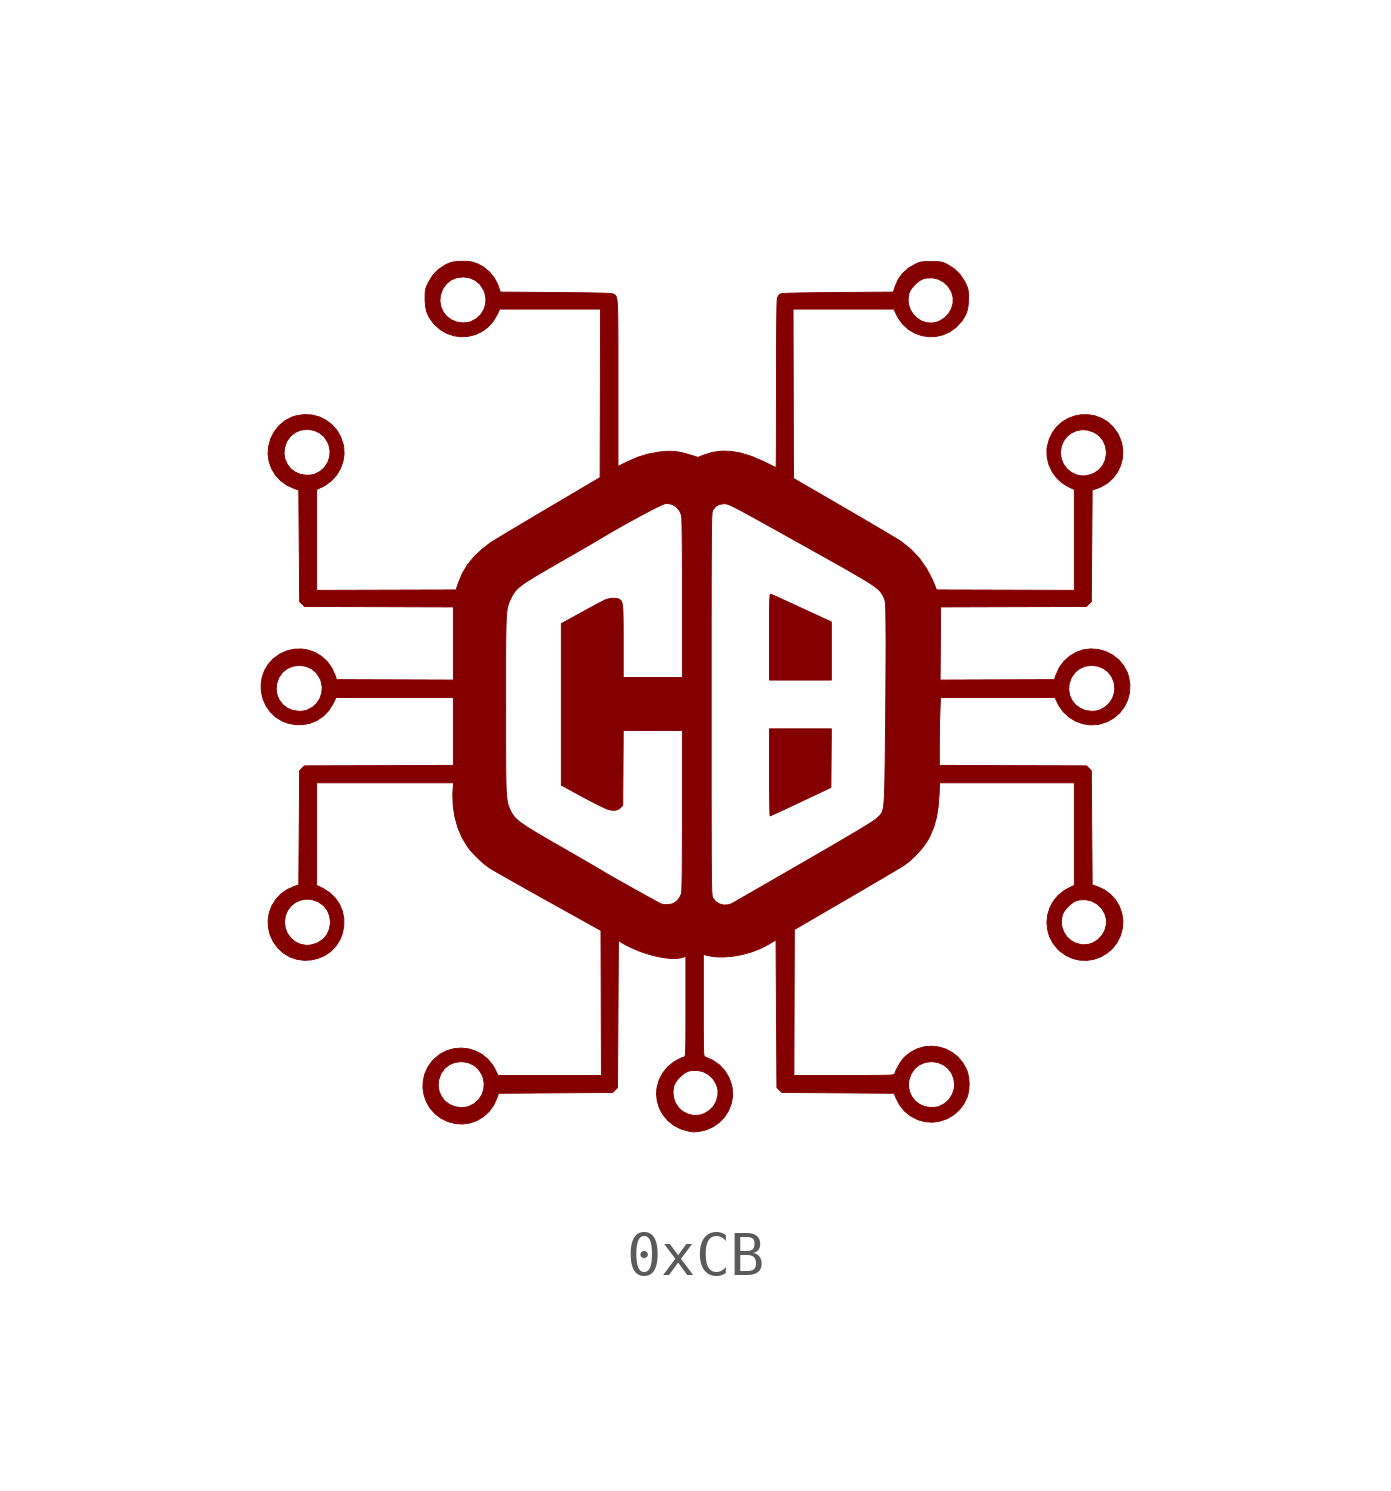
<source format=kicad_sym>
(kicad_symbol_lib
  (version 20210619)
  (generator kicad_symbol_editor)
  (symbol "0xCB:0xCB"
    (pin_names
      (offset 1.016))
    (property "Reference" "#G"
      (at 0 10.668 0)
      (effects (font (size 1.27 1.27)) hide))
    (symbol "0xCB_0_0"
      (polyline (pts (xy 1.716 -2.739) (xy 1.742 -2.727) (xy 1.8 -2.701) (xy 1.885 -2.662) (xy 1.994 -2.612) (xy 2.122 -2.552) (xy 2.265 -2.485) (xy 2.42 -2.412) (xy 3.11 -2.086) (xy 3.115 -1.413) (xy 3.12 -0.74) (xy 1.7 -0.74) (xy 1.7 -1.783) (xy 1.7 -1.977) (xy 1.701 -2.156) (xy 1.703 -2.319) (xy 1.705 -2.46) (xy 1.707 -2.576) (xy 1.709 -2.664) (xy 1.712 -2.72) (xy 1.715 -2.739) (xy 1.716 -2.739)) (stroke (width 0.01)) (fill (type outline)))
      (polyline (pts (xy 3.12 1.714) (xy 2.445 2.026) (xy 2.438 2.029) (xy 2.284 2.1) (xy 2.141 2.166) (xy 2.013 2.225) (xy 1.904 2.275) (xy 1.818 2.314) (xy 1.761 2.34) (xy 1.735 2.351) (xy 1.731 2.352) (xy 1.724 2.351) (xy 1.718 2.341) (xy 1.713 2.321) (xy 1.709 2.286) (xy 1.706 2.234) (xy 1.704 2.161) (xy 1.702 2.064) (xy 1.701 1.94) (xy 1.7 1.785) (xy 1.7 1.597) (xy 1.7 0.38) (xy 3.12 0.38) (xy 3.12 1.714)) (stroke (width 0.01)) (fill (type outline)))
      (polyline (pts (xy 0.041 -9.991) (xy 0.118 -9.979) (xy 0.241 -9.95) (xy 0.403 -9.879) (xy 0.545 -9.78) (xy 0.665 -9.656) (xy 0.758 -9.511) (xy 0.821 -9.352) (xy 0.852 -9.181) (xy 0.845 -9.004) (xy 0.828 -8.915) (xy 0.766 -8.742) (xy 0.67 -8.587) (xy 0.545 -8.455) (xy 0.392 -8.349) (xy 0.215 -8.273) (xy 0.212 -8.271) (xy 0.205 -8.265) (xy 0.199 -8.252) (xy 0.194 -8.23) (xy 0.19 -8.194) (xy 0.187 -8.143) (xy 0.185 -8.073) (xy 0.183 -7.982) (xy 0.182 -7.865) (xy 0.181 -7.72) (xy 0.18 -7.545) (xy 0.18 -7.336) (xy 0.18 -5.917) (xy 0.225 -5.932) (xy 0.278 -5.947) (xy 0.455 -5.976) (xy 0.653 -5.98) (xy 0.863 -5.962) (xy 1.079 -5.923) (xy 1.292 -5.863) (xy 1.495 -5.784) (xy 1.68 -5.688) (xy 1.85 -5.585) (xy 1.86 -7.282) (xy 1.87 -8.943) (xy 4.891 -8.943) (xy 4.901 -8.808) (xy 4.948 -8.673) (xy 4.956 -8.656) (xy 5.039 -8.54) (xy 5.146 -8.454) (xy 5.275 -8.401) (xy 5.42 -8.383) (xy 5.422 -8.383) (xy 5.564 -8.402) (xy 5.691 -8.454) (xy 5.797 -8.536) (xy 5.879 -8.642) (xy 5.931 -8.768) (xy 5.95 -8.91) (xy 5.942 -9.002) (xy 5.899 -9.135) (xy 5.824 -9.252) (xy 5.721 -9.347) (xy 5.594 -9.413) (xy 5.566 -9.421) (xy 5.496 -9.432) (xy 5.42 -9.437) (xy 5.414 -9.437) (xy 5.273 -9.418) (xy 5.15 -9.366) (xy 5.046 -9.288) (xy 4.967 -9.188) (xy 4.914 -9.071) (xy 4.891 -8.943) (xy 1.87 -8.943) (xy 1.87 -8.979) (xy 1.925 -9.034) (xy 1.981 -9.09) (xy 4.562 -9.11) (xy 4.608 -9.223) (xy 4.688 -9.377) (xy 4.803 -9.52) (xy 4.946 -9.635) (xy 5.114 -9.719) (xy 5.274 -9.763) (xy 5.448 -9.774) (xy 5.618 -9.749) (xy 5.78 -9.693) (xy 5.928 -9.605) (xy 6.058 -9.49) (xy 6.165 -9.349) (xy 6.243 -9.185) (xy 6.248 -9.172) (xy 6.276 -9.04) (xy 6.285 -8.892) (xy 6.274 -8.745) (xy 6.243 -8.615) (xy 6.222 -8.562) (xy 6.136 -8.405) (xy 6.024 -8.274) (xy 5.892 -8.169) (xy 5.744 -8.093) (xy 5.585 -8.045) (xy 5.421 -8.028) (xy 5.256 -8.041) (xy 5.094 -8.088) (xy 4.941 -8.167) (xy 4.801 -8.281) (xy 4.749 -8.341) (xy 4.679 -8.444) (xy 4.617 -8.557) (xy 4.573 -8.665) (xy 4.572 -8.667) (xy 4.566 -8.674) (xy 4.554 -8.68) (xy 4.533 -8.685) (xy 4.499 -8.689) (xy 4.449 -8.693) (xy 4.381 -8.695) (xy 4.291 -8.697) (xy 4.177 -8.698) (xy 4.035 -8.699) (xy 3.861 -8.7) (xy 3.654 -8.7) (xy 3.41 -8.7) (xy 2.26 -8.7) (xy 2.265 -7.025) (xy 2.27 -5.35) (xy 3.472 -4.65) (xy 3.591 -4.581) (xy 3.792 -4.464) (xy 3.982 -4.352) (xy 4.161 -4.247) (xy 4.324 -4.152) (xy 4.468 -4.067) (xy 4.59 -3.994) (xy 4.686 -3.937) (xy 4.755 -3.895) (xy 4.792 -3.872) (xy 4.793 -3.871) (xy 4.907 -3.785) (xy 5.027 -3.675) (xy 5.145 -3.551) (xy 5.248 -3.426) (xy 5.327 -3.309) (xy 5.389 -3.194) (xy 5.472 -2.995) (xy 5.532 -2.778) (xy 5.572 -2.537) (xy 5.594 -2.265) (xy 5.606 -1.98) (xy 8.7 -1.98) (xy 8.7 -4.334) (xy 8.553 -4.406) (xy 8.46 -4.46) (xy 8.324 -4.571) (xy 8.217 -4.703) (xy 8.138 -4.851) (xy 8.089 -5.011) (xy 8.074 -5.152) (xy 8.402 -5.152) (xy 8.424 -5.012) (xy 8.425 -5.011) (xy 8.461 -4.937) (xy 8.523 -4.857) (xy 8.599 -4.781) (xy 8.679 -4.72) (xy 8.752 -4.684) (xy 8.823 -4.668) (xy 8.965 -4.664) (xy 9.1 -4.695) (xy 9.22 -4.76) (xy 9.322 -4.856) (xy 9.398 -4.98) (xy 9.403 -4.99) (xy 9.437 -5.117) (xy 9.434 -5.247) (xy 9.399 -5.373) (xy 9.333 -5.488) (xy 9.239 -5.585) (xy 9.12 -5.658) (xy 9.032 -5.687) (xy 8.92 -5.699) (xy 8.874 -5.697) (xy 8.742 -5.667) (xy 8.626 -5.606) (xy 8.53 -5.519) (xy 8.459 -5.411) (xy 8.414 -5.287) (xy 8.402 -5.152) (xy 8.074 -5.152) (xy 8.071 -5.178) (xy 8.085 -5.345) (xy 8.13 -5.508) (xy 8.21 -5.662) (xy 8.323 -5.801) (xy 8.369 -5.844) (xy 8.514 -5.947) (xy 8.67 -6.017) (xy 8.832 -6.053) (xy 8.995 -6.057) (xy 9.155 -6.031) (xy 9.308 -5.976) (xy 9.449 -5.894) (xy 9.574 -5.786) (xy 9.677 -5.653) (xy 9.755 -5.498) (xy 9.804 -5.321) (xy 9.816 -5.159) (xy 9.793 -4.986) (xy 9.737 -4.822) (xy 9.649 -4.672) (xy 9.533 -4.543) (xy 9.392 -4.438) (xy 9.228 -4.363) (xy 9.11 -4.323) (xy 9.09 -1.701) (xy 9.034 -1.645) (xy 8.979 -1.59) (xy 7.29 -1.585) (xy 5.6 -1.579) (xy 5.6 -1.145) (xy 5.601 -1.001) (xy 5.603 -0.83) (xy 5.605 -0.658) (xy 5.609 -0.498) (xy 5.613 -0.365) (xy 5.626 -0.02) (xy 6.941 -0.02) (xy 8.256 -0.02) (xy 8.317 -0.149) (xy 8.348 -0.209) (xy 8.451 -0.352) (xy 8.58 -0.471) (xy 8.729 -0.563) (xy 8.893 -0.623) (xy 9.065 -0.65) (xy 9.24 -0.64) (xy 9.288 -0.631) (xy 9.462 -0.573) (xy 9.615 -0.485) (xy 9.745 -0.37) (xy 9.849 -0.233) (xy 9.924 -0.078) (xy 9.968 0.09) (xy 9.977 0.268) (xy 9.949 0.451) (xy 9.918 0.548) (xy 9.835 0.706) (xy 9.723 0.842) (xy 9.584 0.952) (xy 9.422 1.034) (xy 9.242 1.084) (xy 9.073 1.096) (xy 8.899 1.073) (xy 8.736 1.014) (xy 8.587 0.924) (xy 8.458 0.805) (xy 8.353 0.66) (xy 8.277 0.49) (xy 8.243 0.39) (xy 5.618 0.38) (xy 5.624 1.22) (xy 5.63 2.059) (xy 7.304 2.065) (xy 8.979 2.07) (xy 9.034 2.126) (xy 9.09 2.181) (xy 9.11 4.743) (xy 9.228 4.783) (xy 9.318 4.819) (xy 9.469 4.91) (xy 9.596 5.027) (xy 9.695 5.164) (xy 9.766 5.318) (xy 9.807 5.484) (xy 9.814 5.655) (xy 9.786 5.827) (xy 9.722 5.996) (xy 9.691 6.052) (xy 9.586 6.196) (xy 9.462 6.31) (xy 9.323 6.393) (xy 9.173 6.448) (xy 9.018 6.474) (xy 8.861 6.473) (xy 8.707 6.444) (xy 8.56 6.389) (xy 8.424 6.308) (xy 8.303 6.202) (xy 8.203 6.071) (xy 8.127 5.917) (xy 8.079 5.74) (xy 8.071 5.674) (xy 8.073 5.608) (xy 8.382 5.608) (xy 8.401 5.746) (xy 8.453 5.87) (xy 8.531 5.973) (xy 8.632 6.053) (xy 8.749 6.106) (xy 8.878 6.129) (xy 9.012 6.119) (xy 9.147 6.072) (xy 9.164 6.064) (xy 9.28 5.981) (xy 9.365 5.873) (xy 9.419 5.745) (xy 9.437 5.6) (xy 9.437 5.579) (xy 9.413 5.438) (xy 9.357 5.313) (xy 9.27 5.209) (xy 9.156 5.132) (xy 9.11 5.112) (xy 9.024 5.085) (xy 8.949 5.07) (xy 8.874 5.068) (xy 8.743 5.094) (xy 8.625 5.151) (xy 8.524 5.237) (xy 8.447 5.344) (xy 8.398 5.47) (xy 8.382 5.608) (xy 8.073 5.608) (xy 8.075 5.5) (xy 8.116 5.33) (xy 8.188 5.171) (xy 8.29 5.029) (xy 8.419 4.909) (xy 8.57 4.817) (xy 8.7 4.756) (xy 8.7 2.44) (xy 5.536 2.45) (xy 5.471 2.612) (xy 5.443 2.678) (xy 5.309 2.936) (xy 5.144 3.171) (xy 4.95 3.378) (xy 4.73 3.556) (xy 4.716 3.566) (xy 4.663 3.599) (xy 4.58 3.65) (xy 4.47 3.715) (xy 4.337 3.795) (xy 4.183 3.885) (xy 4.012 3.986) (xy 3.828 4.094) (xy 3.633 4.208) (xy 3.43 4.326) (xy 2.25 5.011) (xy 2.245 6.955) (xy 2.24 8.9) (xy 4.556 8.9) (xy 4.617 8.77) (xy 4.661 8.687) (xy 4.768 8.544) (xy 4.895 8.43) (xy 5.039 8.346) (xy 5.195 8.29) (xy 5.358 8.265) (xy 5.523 8.271) (xy 5.684 8.308) (xy 5.839 8.376) (xy 5.98 8.477) (xy 6.105 8.611) (xy 6.135 8.652) (xy 6.199 8.759) (xy 6.241 8.868) (xy 6.263 8.991) (xy 6.269 9.14) (xy 6.269 9.168) (xy 6.268 9.256) (xy 6.263 9.321) (xy 6.251 9.375) (xy 6.23 9.431) (xy 6.198 9.501) (xy 6.179 9.538) (xy 6.074 9.696) (xy 5.942 9.825) (xy 5.785 9.924) (xy 5.741 9.945) (xy 5.69 9.966) (xy 5.643 9.979) (xy 5.587 9.987) (xy 5.513 9.989) (xy 5.41 9.99) (xy 5.337 9.99) (xy 5.254 9.988) (xy 5.194 9.982) (xy 5.145 9.972) (xy 5.097 9.953) (xy 5.04 9.926) (xy 4.886 9.835) (xy 4.753 9.715) (xy 4.651 9.572) (xy 4.58 9.405) (xy 4.545 9.29) (xy 3.267 9.28) (xy 3.068 9.278) (xy 2.819 9.276) (xy 2.606 9.273) (xy 2.426 9.271) (xy 2.279 9.267) (xy 2.162 9.264) (xy 2.072 9.26) (xy 2.008 9.256) (xy 1.967 9.251) (xy 1.947 9.245) (xy 1.947 9.245) (xy 1.91 9.21) (xy 1.882 9.158) (xy 1.879 9.142) (xy 1.878 9.131) (xy 4.882 9.131) (xy 4.904 9.268) (xy 4.905 9.269) (xy 4.941 9.343) (xy 5.003 9.423) (xy 5.079 9.499) (xy 5.159 9.56) (xy 5.232 9.596) (xy 5.303 9.612) (xy 5.445 9.616) (xy 5.58 9.585) (xy 5.7 9.52) (xy 5.802 9.424) (xy 5.878 9.3) (xy 5.883 9.29) (xy 5.917 9.162) (xy 5.915 9.033) (xy 5.879 8.907) (xy 5.813 8.792) (xy 5.719 8.695) (xy 5.6 8.622) (xy 5.563 8.606) (xy 5.435 8.579) (xy 5.31 8.586) (xy 5.194 8.624) (xy 5.09 8.688) (xy 5.002 8.775) (xy 4.935 8.881) (xy 4.894 9.001) (xy 4.882 9.131) (xy 1.878 9.131) (xy 1.875 9.095) (xy 1.872 9.018) (xy 1.869 8.909) (xy 1.867 8.768) (xy 1.865 8.593) (xy 1.863 8.383) (xy 1.862 8.138) (xy 1.861 7.856) (xy 1.86 7.536) (xy 1.86 7.177) (xy 1.86 7.073) (xy 1.86 6.804) (xy 1.859 6.548) (xy 1.859 6.307) (xy 1.858 6.084) (xy 1.858 5.882) (xy 1.857 5.703) (xy 1.856 5.551) (xy 1.855 5.428) (xy 1.854 5.336) (xy 1.853 5.28) (xy 1.851 5.26) (xy 1.85 5.26) (xy 1.823 5.272) (xy 1.769 5.298) (xy 1.695 5.334) (xy 1.606 5.378) (xy 1.54 5.41) (xy 1.282 5.519) (xy 1.04 5.593) (xy 0.812 5.633) (xy 0.594 5.638) (xy 0.386 5.608) (xy 0.184 5.545) (xy 0.057 5.494) (xy -0.115 5.548) (xy -0.257 5.589) (xy -0.391 5.618) (xy -0.515 5.633) (xy -0.64 5.634) (xy -0.781 5.623) (xy -0.836 5.616) (xy -1.087 5.57) (xy -1.325 5.497) (xy -1.565 5.393) (xy -1.78 5.287) (xy -1.78 7.499) (xy -1.78 7.79) (xy -1.78 8.045) (xy -1.781 8.268) (xy -1.782 8.46) (xy -1.783 8.623) (xy -1.785 8.761) (xy -1.788 8.875) (xy -1.792 8.968) (xy -1.796 9.042) (xy -1.802 9.1) (xy -1.809 9.143) (xy -1.818 9.175) (xy -1.828 9.198) (xy -1.839 9.214) (xy -1.853 9.226) (xy -1.868 9.235) (xy -1.885 9.245) (xy -1.887 9.245) (xy -1.907 9.251) (xy -1.946 9.255) (xy -2.006 9.26) (xy -2.089 9.264) (xy -2.197 9.267) (xy -2.333 9.27) (xy -2.5 9.273) (xy -2.699 9.275) (xy -2.934 9.278) (xy -3.206 9.28) (xy -4.482 9.29) (xy -4.527 9.422) (xy -4.543 9.467) (xy -4.625 9.62) (xy -4.735 9.755) (xy -4.866 9.862) (xy -4.889 9.877) (xy -5.005 9.939) (xy -5.12 9.978) (xy -5.247 9.996) (xy -5.398 9.996) (xy -5.429 9.995) (xy -5.519 9.988) (xy -5.589 9.976) (xy -5.653 9.955) (xy -5.725 9.923) (xy -5.763 9.904) (xy -5.913 9.8) (xy -6.039 9.665) (xy -6.138 9.501) (xy -6.147 9.481) (xy -6.177 9.415) (xy -6.195 9.361) (xy -6.205 9.306) (xy -6.209 9.237) (xy -6.21 9.14) (xy -6.209 9.092) (xy -6.208 9.077) (xy -5.869 9.077) (xy -5.859 9.212) (xy -5.812 9.347) (xy -5.804 9.364) (xy -5.721 9.48) (xy -5.614 9.566) (xy -5.485 9.619) (xy -5.34 9.637) (xy -5.321 9.637) (xy -5.178 9.614) (xy -5.052 9.556) (xy -4.947 9.467) (xy -4.868 9.347) (xy -4.839 9.278) (xy -4.812 9.141) (xy -4.821 9.006) (xy -4.863 8.879) (xy -4.936 8.766) (xy -5.038 8.673) (xy -5.166 8.607) (xy -5.194 8.599) (xy -5.264 8.588) (xy -5.34 8.583) (xy -5.346 8.583) (xy -5.487 8.602) (xy -5.61 8.654) (xy -5.714 8.732) (xy -5.793 8.832) (xy -5.846 8.949) (xy -5.869 9.077) (xy -6.208 9.077) (xy -6.197 8.946) (xy -6.167 8.822) (xy -6.115 8.711) (xy -6.038 8.6) (xy -5.989 8.542) (xy -5.854 8.424) (xy -5.705 8.339) (xy -5.545 8.286) (xy -5.381 8.264) (xy -5.216 8.274) (xy -5.056 8.314) (xy -4.905 8.384) (xy -4.768 8.484) (xy -4.651 8.613) (xy -4.557 8.77) (xy -4.496 8.9) (xy -2.18 8.9) (xy -2.185 6.965) (xy -2.19 5.031) (xy -3.394 4.32) (xy -3.516 4.248) (xy -3.716 4.129) (xy -3.907 4.016) (xy -4.086 3.909) (xy -4.249 3.812) (xy -4.393 3.725) (xy -4.515 3.651) (xy -4.612 3.592) (xy -4.681 3.549) (xy -4.719 3.524) (xy -4.891 3.393) (xy -5.079 3.217) (xy -5.232 3.03) (xy -5.353 2.829) (xy -5.444 2.61) (xy -5.498 2.45) (xy -7.099 2.445) (xy -8.7 2.44) (xy -8.7 3.598) (xy -8.7 4.756) (xy -8.571 4.817) (xy -8.511 4.848) (xy -8.368 4.951) (xy -8.249 5.08) (xy -8.157 5.229) (xy -8.097 5.393) (xy -8.07 5.565) (xy -8.079 5.74) (xy -8.089 5.788) (xy -8.147 5.962) (xy -8.235 6.115) (xy -8.35 6.245) (xy -8.487 6.349) (xy -8.642 6.425) (xy -8.81 6.468) (xy -8.988 6.477) (xy -9.171 6.449) (xy -9.268 6.418) (xy -9.425 6.336) (xy -9.562 6.223) (xy -9.672 6.084) (xy -9.754 5.922) (xy -9.804 5.742) (xy -9.816 5.577) (xy -9.449 5.577) (xy -9.439 5.712) (xy -9.392 5.847) (xy -9.384 5.864) (xy -9.301 5.98) (xy -9.194 6.066) (xy -9.065 6.119) (xy -8.92 6.137) (xy -8.901 6.137) (xy -8.758 6.114) (xy -8.632 6.056) (xy -8.527 5.967) (xy -8.448 5.847) (xy -8.419 5.779) (xy -8.392 5.641) (xy -8.4 5.506) (xy -8.443 5.379) (xy -8.516 5.266) (xy -8.618 5.173) (xy -8.746 5.107) (xy -8.774 5.099) (xy -8.844 5.088) (xy -8.92 5.083) (xy -8.926 5.083) (xy -9.067 5.102) (xy -9.19 5.154) (xy -9.294 5.232) (xy -9.373 5.332) (xy -9.426 5.449) (xy -9.449 5.577) (xy -9.816 5.577) (xy -9.816 5.573) (xy -9.792 5.399) (xy -9.734 5.236) (xy -9.644 5.087) (xy -9.525 4.958) (xy -9.38 4.853) (xy -9.21 4.777) (xy -9.11 4.743) (xy -9.1 3.462) (xy -9.09 2.181) (xy -9.035 2.126) (xy -8.979 2.07) (xy -7.27 2.065) (xy -5.56 2.059) (xy -5.56 1.22) (xy -5.56 0.38) (xy -8.243 0.39) (xy -8.277 0.49) (xy -8.277 0.491) (xy -8.354 0.66) (xy -8.457 0.804) (xy -8.583 0.92) (xy -8.726 1.008) (xy -8.882 1.067) (xy -9.046 1.094) (xy -9.214 1.089) (xy -9.381 1.051) (xy -9.542 0.979) (xy -9.693 0.87) (xy -9.695 0.869) (xy -9.813 0.739) (xy -9.899 0.592) (xy -9.953 0.434) (xy -9.976 0.27) (xy -9.971 0.157) (xy -9.629 0.157) (xy -9.619 0.292) (xy -9.572 0.427) (xy -9.564 0.444) (xy -9.481 0.56) (xy -9.373 0.645) (xy -9.245 0.699) (xy -9.1 0.717) (xy -9.081 0.717) (xy -8.938 0.694) (xy -8.812 0.636) (xy -8.707 0.547) (xy -8.628 0.427) (xy -8.599 0.358) (xy -8.572 0.221) (xy -8.581 0.086) (xy -8.623 -0.041) (xy -8.696 -0.154) (xy -8.798 -0.247) (xy -8.926 -0.313) (xy -8.954 -0.321) (xy -9.024 -0.333) (xy -9.1 -0.337) (xy -9.106 -0.337) (xy -9.247 -0.318) (xy -9.37 -0.266) (xy -9.474 -0.188) (xy -9.553 -0.088) (xy -9.606 0.029) (xy -9.629 0.157) (xy -9.971 0.157) (xy -9.968 0.105) (xy -9.93 -0.057) (xy -9.864 -0.209) (xy -9.768 -0.346) (xy -9.646 -0.465) (xy -9.496 -0.558) (xy -9.369 -0.608) (xy -9.193 -0.644) (xy -9.018 -0.645) (xy -8.848 -0.611) (xy -8.69 -0.545) (xy -8.546 -0.448) (xy -8.424 -0.321) (xy -8.326 -0.167) (xy -8.254 -0.02) (xy -5.56 -0.02) (xy -5.56 -0.19) (xy -4.359 -0.19) (xy -4.359 0.039) (xy -4.359 0.358) (xy -4.359 0.64) (xy -4.359 0.889) (xy -4.358 1.107) (xy -4.356 1.297) (xy -4.354 1.46) (xy -4.351 1.599) (xy -4.348 1.718) (xy -4.343 1.817) (xy -4.337 1.901) (xy -4.33 1.97) (xy -4.321 2.028) (xy -4.31 2.077) (xy -4.298 2.119) (xy -4.285 2.157) (xy -4.269 2.194) (xy -4.251 2.231) (xy -4.231 2.272) (xy -4.212 2.31) (xy -4.182 2.362) (xy -4.149 2.41) (xy -4.109 2.457) (xy -4.059 2.505) (xy -3.996 2.556) (xy -3.917 2.612) (xy -3.819 2.676) (xy -3.698 2.751) (xy -3.552 2.838) (xy -3.377 2.94) (xy -3.17 3.059) (xy -3.081 3.11) (xy -2.91 3.209) (xy -2.742 3.305) (xy -2.585 3.396) (xy -2.442 3.479) (xy -2.318 3.551) (xy -2.219 3.609) (xy -2.15 3.651) (xy -2.106 3.677) (xy -1.952 3.768) (xy -1.79 3.861) (xy -1.625 3.954) (xy -1.461 4.045) (xy -1.302 4.132) (xy -1.152 4.212) (xy -1.016 4.283) (xy -0.898 4.343) (xy -0.801 4.389) (xy -0.731 4.42) (xy -0.691 4.433) (xy -0.637 4.436) (xy -0.533 4.413) (xy -0.442 4.358) (xy -0.369 4.275) (xy -0.322 4.168) (xy -0.318 4.139) (xy -0.314 4.075) (xy -0.311 3.977) (xy -0.308 3.843) (xy -0.306 3.674) (xy -0.304 3.468) (xy -0.302 3.225) (xy -0.301 2.944) (xy -0.3 2.624) (xy -0.3 2.265) (xy -0.3 0.44) (xy -1.66 0.44) (xy -1.66 1.271) (xy -1.66 1.345) (xy -1.66 1.548) (xy -1.661 1.716) (xy -1.663 1.852) (xy -1.666 1.961) (xy -1.671 2.045) (xy -1.679 2.108) (xy -1.688 2.154) (xy -1.701 2.187) (xy -1.716 2.209) (xy -1.736 2.226) (xy -1.759 2.24) (xy -1.761 2.241) (xy -1.824 2.257) (xy -1.908 2.258) (xy -1.997 2.245) (xy -2.077 2.22) (xy -2.108 2.204) (xy -2.174 2.17) (xy -2.264 2.123) (xy -2.372 2.064) (xy -2.494 1.998) (xy -2.622 1.928) (xy -3.08 1.676) (xy -3.08 -2.035) (xy -2.605 -2.292) (xy -2.487 -2.356) (xy -2.359 -2.422) (xy -2.242 -2.482) (xy -2.142 -2.531) (xy -2.065 -2.567) (xy -2.016 -2.587) (xy -1.979 -2.598) (xy -1.873 -2.614) (xy -1.787 -2.597) (xy -1.718 -2.548) (xy -1.67 -2.497) (xy -1.659 -0.78) (xy -0.3 -0.78) (xy -0.3 -1.122) (xy 0.36 -1.122) (xy 0.36 0.451) (xy 0.36 0.898) (xy 0.36 1.308) (xy 0.36 1.684) (xy 0.361 2.026) (xy 0.361 2.337) (xy 0.361 2.617) (xy 0.362 2.868) (xy 0.363 3.093) (xy 0.364 3.292) (xy 0.365 3.467) (xy 0.366 3.62) (xy 0.367 3.752) (xy 0.369 3.865) (xy 0.37 3.96) (xy 0.372 4.039) (xy 0.374 4.103) (xy 0.377 4.155) (xy 0.379 4.195) (xy 0.382 4.225) (xy 0.385 4.247) (xy 0.389 4.262) (xy 0.392 4.272) (xy 0.401 4.289) (xy 0.464 4.368) (xy 0.549 4.415) (xy 0.66 4.43) (xy 0.669 4.43) (xy 0.688 4.429) (xy 0.709 4.426) (xy 0.734 4.419) (xy 0.765 4.409) (xy 0.804 4.392) (xy 0.854 4.369) (xy 0.916 4.338) (xy 0.994 4.298) (xy 1.088 4.247) (xy 1.202 4.185) (xy 1.338 4.111) (xy 1.498 4.023) (xy 1.683 3.92) (xy 1.897 3.801) (xy 2.141 3.664) (xy 2.418 3.51) (xy 2.51 3.459) (xy 2.79 3.302) (xy 3.037 3.164) (xy 3.255 3.042) (xy 3.444 2.935) (xy 3.607 2.841) (xy 3.747 2.76) (xy 3.865 2.69) (xy 3.964 2.629) (xy 4.045 2.577) (xy 4.111 2.531) (xy 4.164 2.491) (xy 4.205 2.455) (xy 4.238 2.422) (xy 4.264 2.39) (xy 4.285 2.358) (xy 4.303 2.325) (xy 4.321 2.29) (xy 4.324 2.284) (xy 4.336 2.257) (xy 4.346 2.231) (xy 4.354 2.2) (xy 4.36 2.161) (xy 4.365 2.108) (xy 4.368 2.038) (xy 4.371 1.945) (xy 4.372 1.826) (xy 4.374 1.676) (xy 4.375 1.49) (xy 4.376 1.359) (xy 4.376 1.189) (xy 4.376 0.99) (xy 4.375 0.765) (xy 4.374 0.52) (xy 4.372 0.259) (xy 4.372 0.157) (xy 8.571 0.157) (xy 8.581 0.292) (xy 8.628 0.427) (xy 8.636 0.444) (xy 8.719 0.56) (xy 8.826 0.645) (xy 8.955 0.699) (xy 9.1 0.717) (xy 9.102 0.717) (xy 9.244 0.698) (xy 9.371 0.646) (xy 9.477 0.564) (xy 9.559 0.458) (xy 9.611 0.332) (xy 9.63 0.19) (xy 9.622 0.098) (xy 9.579 -0.035) (xy 9.505 -0.152) (xy 9.401 -0.246) (xy 9.274 -0.313) (xy 9.246 -0.321) (xy 9.176 -0.333) (xy 9.1 -0.337) (xy 9.094 -0.337) (xy 8.953 -0.318) (xy 8.83 -0.266) (xy 8.726 -0.188) (xy 8.647 -0.088) (xy 8.594 0.029) (xy 8.571 0.157) (xy 4.372 0.157) (xy 4.371 -0.012) (xy 4.368 -0.289) (xy 4.366 -0.567) (xy 4.363 -0.84) (xy 4.362 -0.899) (xy 4.359 -1.2) (xy 4.356 -1.463) (xy 4.353 -1.693) (xy 4.35 -1.89) (xy 4.346 -2.059) (xy 4.342 -2.202) (xy 4.337 -2.321) (xy 4.33 -2.418) (xy 4.322 -2.498) (xy 4.312 -2.562) (xy 4.3 -2.612) (xy 4.286 -2.653) (xy 4.269 -2.685) (xy 4.25 -2.712) (xy 4.227 -2.737) (xy 4.201 -2.762) (xy 4.172 -2.79) (xy 4.15 -2.809) (xy 4.109 -2.839) (xy 4.051 -2.878) (xy 3.975 -2.927) (xy 3.877 -2.987) (xy 3.758 -3.06) (xy 3.614 -3.146) (xy 3.444 -3.246) (xy 3.246 -3.362) (xy 3.019 -3.494) (xy 2.76 -3.644) (xy 2.469 -3.813) (xy 2.437 -3.831) (xy 2.205 -3.965) (xy 1.983 -4.093) (xy 1.773 -4.214) (xy 1.577 -4.327) (xy 1.399 -4.429) (xy 1.241 -4.52) (xy 1.104 -4.599) (xy 0.992 -4.663) (xy 0.908 -4.711) (xy 0.853 -4.742) (xy 0.83 -4.755) (xy 0.753 -4.781) (xy 0.646 -4.787) (xy 0.545 -4.759) (xy 0.459 -4.702) (xy 0.395 -4.619) (xy 0.395 -4.618) (xy 0.391 -4.608) (xy 0.387 -4.595) (xy 0.384 -4.576) (xy 0.381 -4.551) (xy 0.378 -4.517) (xy 0.375 -4.473) (xy 0.373 -4.418) (xy 0.371 -4.349) (xy 0.369 -4.266) (xy 0.368 -4.166) (xy 0.366 -4.048) (xy 0.365 -3.912) (xy 0.364 -3.753) (xy 0.363 -3.573) (xy 0.362 -3.368) (xy 0.362 -3.137) (xy 0.361 -2.879) (xy 0.361 -2.592) (xy 0.36 -2.274) (xy 0.36 -1.925) (xy 0.36 -1.541) (xy 0.36 -1.122) (xy -0.3 -1.122) (xy -0.3 -2.615) (xy -0.3 -2.826) (xy -0.301 -3.164) (xy -0.302 -3.465) (xy -0.303 -3.73) (xy -0.305 -3.958) (xy -0.307 -4.149) (xy -0.31 -4.301) (xy -0.313 -4.415) (xy -0.317 -4.489) (xy -0.321 -4.524) (xy -0.323 -4.532) (xy -0.367 -4.623) (xy -0.435 -4.701) (xy -0.513 -4.753) (xy -0.561 -4.766) (xy -0.64 -4.777) (xy -0.719 -4.777) (xy -0.78 -4.765) (xy -0.78 -4.765) (xy -0.809 -4.751) (xy -0.867 -4.72) (xy -0.951 -4.674) (xy -1.055 -4.617) (xy -1.174 -4.552) (xy -1.303 -4.48) (xy -1.438 -4.405) (xy -1.574 -4.329) (xy -1.705 -4.255) (xy -1.828 -4.186) (xy -1.936 -4.124) (xy -2.026 -4.073) (xy -2.092 -4.034) (xy -2.13 -4.011) (xy -2.133 -4.01) (xy -2.173 -3.985) (xy -2.244 -3.942) (xy -2.342 -3.885) (xy -2.463 -3.815) (xy -2.603 -3.734) (xy -2.758 -3.644) (xy -2.925 -3.548) (xy -3.099 -3.448) (xy -3.118 -3.437) (xy -3.334 -3.313) (xy -3.519 -3.205) (xy -3.675 -3.113) (xy -3.805 -3.033) (xy -3.912 -2.964) (xy -3.998 -2.905) (xy -4.067 -2.852) (xy -4.121 -2.803) (xy -4.164 -2.757) (xy -4.198 -2.712) (xy -4.226 -2.664) (xy -4.251 -2.614) (xy -4.256 -2.602) (xy -4.273 -2.566) (xy -4.287 -2.531) (xy -4.3 -2.495) (xy -4.311 -2.456) (xy -4.321 -2.411) (xy -4.329 -2.358) (xy -4.336 -2.295) (xy -4.342 -2.218) (xy -4.347 -2.125) (xy -4.351 -2.015) (xy -4.354 -1.884) (xy -4.356 -1.73) (xy -4.357 -1.551) (xy -4.358 -1.344) (xy -4.359 -1.107) (xy -4.359 -0.837) (xy -4.359 -0.532) (xy -4.359 -0.19) (xy -5.56 -0.19) (xy -5.56 -0.8) (xy -5.56 -1.579) (xy -7.27 -1.585) (xy -8.979 -1.59) (xy -9.09 -1.701) (xy -9.1 -3.012) (xy -9.11 -4.323) (xy -9.21 -4.357) (xy -9.211 -4.357) (xy -9.38 -4.434) (xy -9.524 -4.537) (xy -9.64 -4.663) (xy -9.728 -4.806) (xy -9.787 -4.962) (xy -9.814 -5.126) (xy -9.813 -5.172) (xy -9.438 -5.172) (xy -9.419 -5.034) (xy -9.367 -4.91) (xy -9.289 -4.807) (xy -9.188 -4.727) (xy -9.071 -4.674) (xy -8.942 -4.651) (xy -8.808 -4.661) (xy -8.673 -4.708) (xy -8.656 -4.716) (xy -8.54 -4.799) (xy -8.455 -4.907) (xy -8.401 -5.035) (xy -8.383 -5.18) (xy -8.383 -5.201) (xy -8.407 -5.342) (xy -8.463 -5.467) (xy -8.55 -5.571) (xy -8.664 -5.648) (xy -8.71 -5.668) (xy -8.796 -5.695) (xy -8.871 -5.71) (xy -8.946 -5.712) (xy -9.077 -5.686) (xy -9.195 -5.629) (xy -9.296 -5.543) (xy -9.373 -5.436) (xy -9.422 -5.31) (xy -9.438 -5.172) (xy -9.813 -5.172) (xy -9.809 -5.294) (xy -9.771 -5.461) (xy -9.699 -5.622) (xy -9.59 -5.773) (xy -9.589 -5.775) (xy -9.459 -5.893) (xy -9.312 -5.979) (xy -9.154 -6.033) (xy -8.99 -6.056) (xy -8.825 -6.048) (xy -8.663 -6.01) (xy -8.511 -5.944) (xy -8.373 -5.848) (xy -8.255 -5.725) (xy -8.162 -5.575) (xy -8.112 -5.449) (xy -8.076 -5.273) (xy -8.075 -5.098) (xy -8.109 -4.928) (xy -8.175 -4.769) (xy -8.273 -4.626) (xy -8.399 -4.504) (xy -8.553 -4.406) (xy -8.7 -4.334) (xy -8.7 -1.98) (xy -5.555 -1.98) (xy -5.569 -2.165) (xy -5.573 -2.25) (xy -5.564 -2.51) (xy -5.524 -2.767) (xy -5.454 -3.014) (xy -5.356 -3.243) (xy -5.232 -3.448) (xy -5.172 -3.525) (xy -5.071 -3.637) (xy -4.956 -3.75) (xy -4.839 -3.852) (xy -4.733 -3.932) (xy -4.714 -3.943) (xy -4.657 -3.977) (xy -4.571 -4.028) (xy -4.457 -4.093) (xy -4.32 -4.17) (xy -4.163 -4.259) (xy -3.988 -4.358) (xy -3.8 -4.464) (xy -3.6 -4.575) (xy -3.393 -4.691) (xy -2.17 -5.371) (xy -2.16 -8.7) (xy -4.534 -8.7) (xy -4.606 -8.553) (xy -4.66 -8.46) (xy -4.771 -8.324) (xy -4.903 -8.217) (xy -5.052 -8.138) (xy -5.212 -8.089) (xy -5.378 -8.071) (xy -5.545 -8.085) (xy -5.708 -8.13) (xy -5.862 -8.21) (xy -6.001 -8.323) (xy -6.044 -8.368) (xy -6.148 -8.514) (xy -6.217 -8.67) (xy -6.253 -8.832) (xy -6.257 -8.943) (xy -5.909 -8.943) (xy -5.899 -8.808) (xy -5.852 -8.673) (xy -5.844 -8.656) (xy -5.761 -8.54) (xy -5.654 -8.454) (xy -5.525 -8.401) (xy -5.38 -8.383) (xy -5.361 -8.383) (xy -5.218 -8.406) (xy -5.092 -8.464) (xy -4.987 -8.553) (xy -4.908 -8.673) (xy -4.879 -8.742) (xy -4.852 -8.879) (xy -4.861 -9.014) (xy -4.903 -9.141) (xy -4.976 -9.254) (xy -5.078 -9.347) (xy -5.206 -9.413) (xy -5.234 -9.421) (xy -5.304 -9.432) (xy -5.38 -9.437) (xy -5.386 -9.437) (xy -5.527 -9.418) (xy -5.65 -9.366) (xy -5.754 -9.288) (xy -5.833 -9.188) (xy -5.886 -9.071) (xy -5.909 -8.943) (xy -6.257 -8.943) (xy -6.258 -8.995) (xy -6.232 -9.156) (xy -6.177 -9.308) (xy -6.095 -9.449) (xy -5.987 -9.573) (xy -5.854 -9.677) (xy -5.698 -9.755) (xy -5.521 -9.804) (xy -5.352 -9.816) (xy -5.178 -9.792) (xy -5.015 -9.734) (xy -4.867 -9.644) (xy -4.738 -9.525) (xy -4.633 -9.379) (xy -4.557 -9.21) (xy -4.523 -9.11) (xy -3.212 -9.1) (xy -1.901 -9.09) (xy -1.845 -9.034) (xy -1.79 -8.979) (xy -1.78 -7.29) (xy -1.77 -5.602) (xy -1.67 -5.664) (xy -1.637 -5.684) (xy -1.559 -5.724) (xy -1.465 -5.769) (xy -1.37 -5.812) (xy -1.218 -5.871) (xy -1.043 -5.927) (xy -0.869 -5.97) (xy -0.702 -6) (xy -0.551 -6.015) (xy -0.421 -6.014) (xy -0.321 -5.996) (xy -0.22 -5.964) (xy -0.22 -7.112) (xy -0.22 -7.181) (xy -0.22 -7.415) (xy -0.221 -7.612) (xy -0.221 -7.777) (xy -0.222 -7.911) (xy -0.224 -8.019) (xy -0.226 -8.102) (xy -0.228 -8.165) (xy -0.232 -8.21) (xy -0.236 -8.24) (xy -0.241 -8.258) (xy -0.248 -8.268) (xy -0.255 -8.273) (xy -0.326 -8.298) (xy -0.493 -8.387) (xy -0.636 -8.503) (xy -0.751 -8.645) (xy -0.835 -8.807) (xy -0.884 -8.987) (xy -0.891 -9.072) (xy -0.518 -9.072) (xy -0.496 -8.932) (xy -0.495 -8.931) (xy -0.459 -8.857) (xy -0.397 -8.777) (xy -0.321 -8.701) (xy -0.241 -8.64) (xy -0.168 -8.604) (xy -0.097 -8.588) (xy 0.045 -8.584) (xy 0.18 -8.615) (xy 0.3 -8.68) (xy 0.402 -8.776) (xy 0.478 -8.9) (xy 0.483 -8.91) (xy 0.517 -9.037) (xy 0.514 -9.167) (xy 0.479 -9.293) (xy 0.413 -9.408) (xy 0.319 -9.505) (xy 0.2 -9.578) (xy 0.112 -9.607) (xy 0 -9.619) (xy -0.046 -9.617) (xy -0.178 -9.587) (xy -0.294 -9.526) (xy -0.39 -9.439) (xy -0.462 -9.331) (xy -0.506 -9.207) (xy -0.518 -9.072) (xy -0.891 -9.072) (xy -0.895 -9.122) (xy -0.877 -9.295) (xy -0.825 -9.459) (xy -0.741 -9.608) (xy -0.63 -9.739) (xy -0.494 -9.848) (xy -0.336 -9.929) (xy -0.16 -9.979) (xy -0.12 -9.986) (xy -0.062 -9.994) (xy -0.014 -9.996) (xy 0.041 -9.991)) (stroke (width 0.01)) (fill (type outline))))))
</source>
